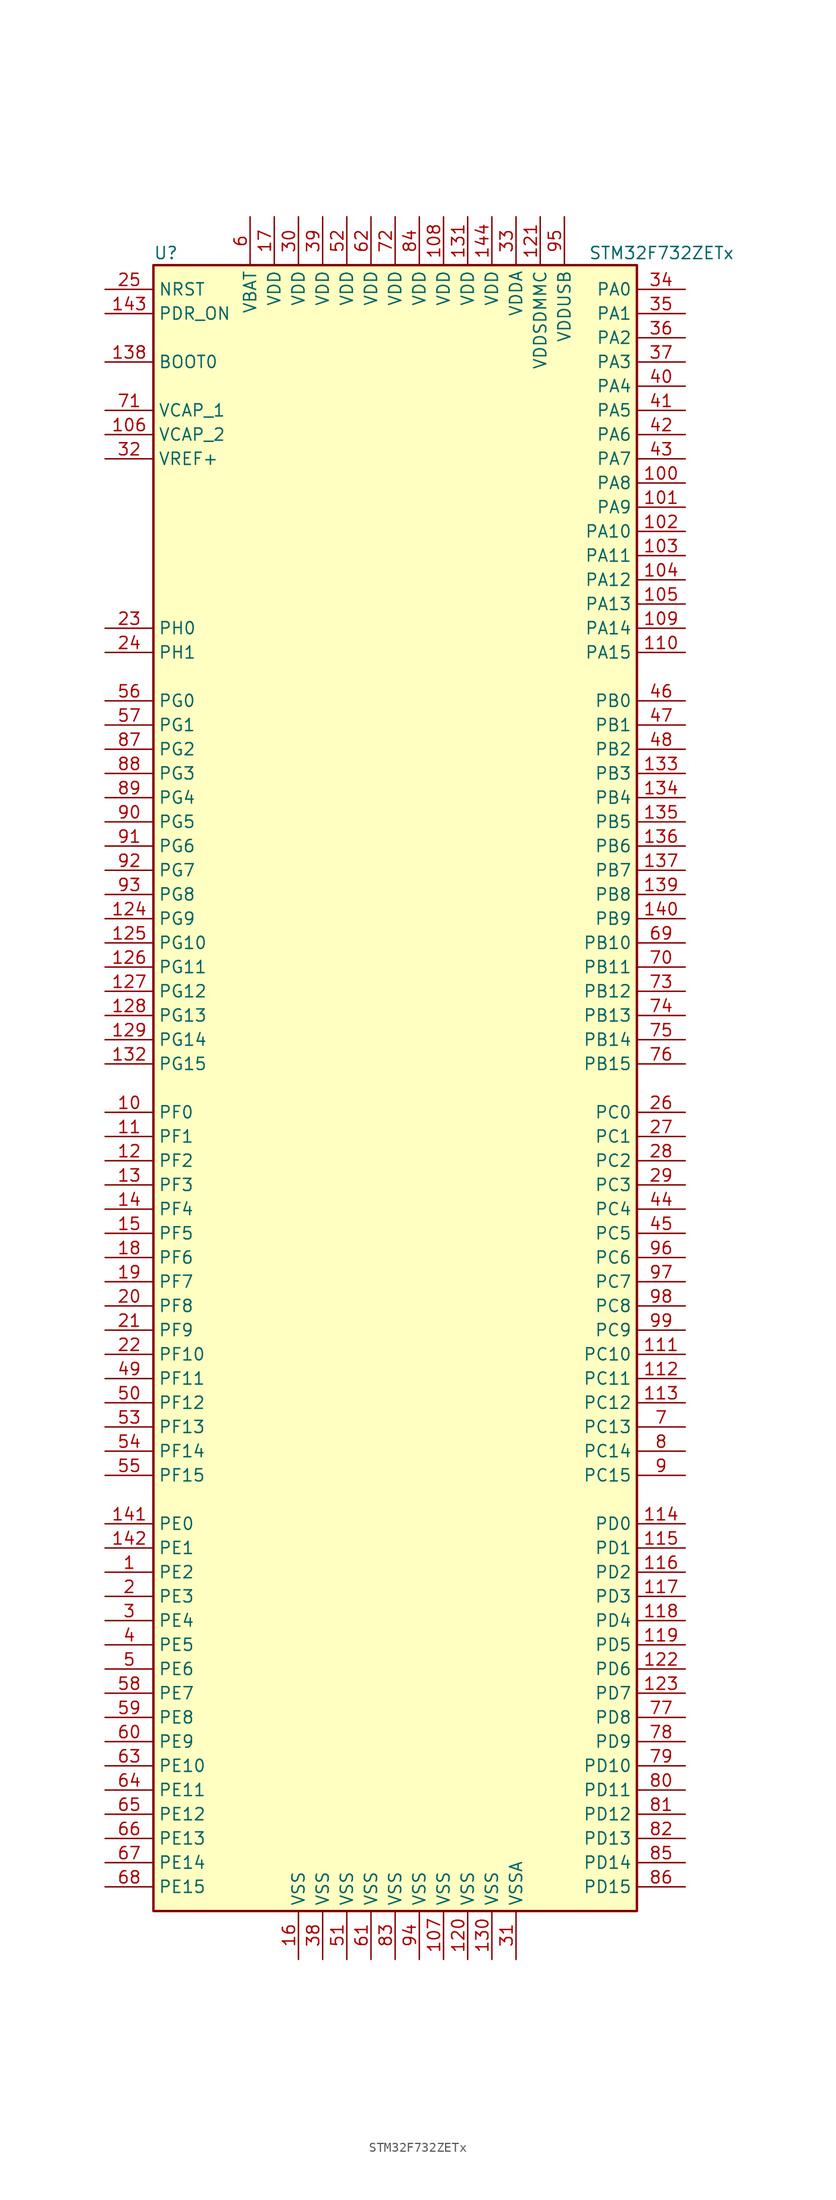
<source format=kicad_sym>
(kicad_symbol_lib
  (version 20201005)
  (generator kicad_symbol_editor)
  (symbol "STM32F732ZETx"
    (property "Reference" "U"
      (at -25.4 87.63 0)
      (effects (font (size 1.27 1.27)) (justify left)))
    (property "Value" "STM32F732ZETx"
      (at 20.32 87.63 0)
      (effects (font (size 1.27 1.27)) (justify left)))
    (symbol "STM32F732ZETx_0_1"
      (rectangle (start -25.4 -86.36) (end 25.4 86.36) (stroke (width 0.254)) (fill (type background))))
    (symbol "STM32F732ZETx_1_1"
      (pin input line (at -30.48 76.2 0) (length 5.08) (name "BOOT0" (effects (font (size 1.27 1.27)))) (number "138" (effects (font (size 1.27 1.27)))))
      (pin input line (at -30.48 83.82 0) (length 5.08) (name "NRST" (effects (font (size 1.27 1.27)))) (number "25" (effects (font (size 1.27 1.27)))))
      (pin bidirectional line (at 30.48 83.82 180) (length 5.08) (name "PA0" (effects (font (size 1.27 1.27)))) (number "34" (effects (font (size 1.27 1.27)))))
      (pin bidirectional line (at 30.48 81.28 180) (length 5.08) (name "PA1" (effects (font (size 1.27 1.27)))) (number "35" (effects (font (size 1.27 1.27)))))
      (pin bidirectional line (at 30.48 58.42 180) (length 5.08) (name "PA10" (effects (font (size 1.27 1.27)))) (number "102" (effects (font (size 1.27 1.27)))))
      (pin bidirectional line (at 30.48 55.88 180) (length 5.08) (name "PA11" (effects (font (size 1.27 1.27)))) (number "103" (effects (font (size 1.27 1.27)))))
      (pin bidirectional line (at 30.48 53.34 180) (length 5.08) (name "PA12" (effects (font (size 1.27 1.27)))) (number "104" (effects (font (size 1.27 1.27)))))
      (pin bidirectional line (at 30.48 50.8 180) (length 5.08) (name "PA13" (effects (font (size 1.27 1.27)))) (number "105" (effects (font (size 1.27 1.27)))))
      (pin bidirectional line (at 30.48 48.26 180) (length 5.08) (name "PA14" (effects (font (size 1.27 1.27)))) (number "109" (effects (font (size 1.27 1.27)))))
      (pin bidirectional line (at 30.48 45.72 180) (length 5.08) (name "PA15" (effects (font (size 1.27 1.27)))) (number "110" (effects (font (size 1.27 1.27)))))
      (pin bidirectional line (at 30.48 78.74 180) (length 5.08) (name "PA2" (effects (font (size 1.27 1.27)))) (number "36" (effects (font (size 1.27 1.27)))))
      (pin bidirectional line (at 30.48 76.2 180) (length 5.08) (name "PA3" (effects (font (size 1.27 1.27)))) (number "37" (effects (font (size 1.27 1.27)))))
      (pin bidirectional line (at 30.48 73.66 180) (length 5.08) (name "PA4" (effects (font (size 1.27 1.27)))) (number "40" (effects (font (size 1.27 1.27)))))
      (pin bidirectional line (at 30.48 71.12 180) (length 5.08) (name "PA5" (effects (font (size 1.27 1.27)))) (number "41" (effects (font (size 1.27 1.27)))))
      (pin bidirectional line (at 30.48 68.58 180) (length 5.08) (name "PA6" (effects (font (size 1.27 1.27)))) (number "42" (effects (font (size 1.27 1.27)))))
      (pin bidirectional line (at 30.48 66.04 180) (length 5.08) (name "PA7" (effects (font (size 1.27 1.27)))) (number "43" (effects (font (size 1.27 1.27)))))
      (pin bidirectional line (at 30.48 63.5 180) (length 5.08) (name "PA8" (effects (font (size 1.27 1.27)))) (number "100" (effects (font (size 1.27 1.27)))))
      (pin bidirectional line (at 30.48 60.96 180) (length 5.08) (name "PA9" (effects (font (size 1.27 1.27)))) (number "101" (effects (font (size 1.27 1.27)))))
      (pin bidirectional line (at 30.48 40.64 180) (length 5.08) (name "PB0" (effects (font (size 1.27 1.27)))) (number "46" (effects (font (size 1.27 1.27)))))
      (pin bidirectional line (at 30.48 38.1 180) (length 5.08) (name "PB1" (effects (font (size 1.27 1.27)))) (number "47" (effects (font (size 1.27 1.27)))))
      (pin bidirectional line (at 30.48 15.24 180) (length 5.08) (name "PB10" (effects (font (size 1.27 1.27)))) (number "69" (effects (font (size 1.27 1.27)))))
      (pin bidirectional line (at 30.48 12.7 180) (length 5.08) (name "PB11" (effects (font (size 1.27 1.27)))) (number "70" (effects (font (size 1.27 1.27)))))
      (pin bidirectional line (at 30.48 10.16 180) (length 5.08) (name "PB12" (effects (font (size 1.27 1.27)))) (number "73" (effects (font (size 1.27 1.27)))))
      (pin bidirectional line (at 30.48 7.62 180) (length 5.08) (name "PB13" (effects (font (size 1.27 1.27)))) (number "74" (effects (font (size 1.27 1.27)))))
      (pin bidirectional line (at 30.48 5.08 180) (length 5.08) (name "PB14" (effects (font (size 1.27 1.27)))) (number "75" (effects (font (size 1.27 1.27)))))
      (pin bidirectional line (at 30.48 2.54 180) (length 5.08) (name "PB15" (effects (font (size 1.27 1.27)))) (number "76" (effects (font (size 1.27 1.27)))))
      (pin bidirectional line (at 30.48 35.56 180) (length 5.08) (name "PB2" (effects (font (size 1.27 1.27)))) (number "48" (effects (font (size 1.27 1.27)))))
      (pin bidirectional line (at 30.48 33.02 180) (length 5.08) (name "PB3" (effects (font (size 1.27 1.27)))) (number "133" (effects (font (size 1.27 1.27)))))
      (pin bidirectional line (at 30.48 30.48 180) (length 5.08) (name "PB4" (effects (font (size 1.27 1.27)))) (number "134" (effects (font (size 1.27 1.27)))))
      (pin bidirectional line (at 30.48 27.94 180) (length 5.08) (name "PB5" (effects (font (size 1.27 1.27)))) (number "135" (effects (font (size 1.27 1.27)))))
      (pin bidirectional line (at 30.48 25.4 180) (length 5.08) (name "PB6" (effects (font (size 1.27 1.27)))) (number "136" (effects (font (size 1.27 1.27)))))
      (pin bidirectional line (at 30.48 22.86 180) (length 5.08) (name "PB7" (effects (font (size 1.27 1.27)))) (number "137" (effects (font (size 1.27 1.27)))))
      (pin bidirectional line (at 30.48 20.32 180) (length 5.08) (name "PB8" (effects (font (size 1.27 1.27)))) (number "139" (effects (font (size 1.27 1.27)))))
      (pin bidirectional line (at 30.48 17.78 180) (length 5.08) (name "PB9" (effects (font (size 1.27 1.27)))) (number "140" (effects (font (size 1.27 1.27)))))
      (pin bidirectional line (at 30.48 -2.54 180) (length 5.08) (name "PC0" (effects (font (size 1.27 1.27)))) (number "26" (effects (font (size 1.27 1.27)))))
      (pin bidirectional line (at 30.48 -5.08 180) (length 5.08) (name "PC1" (effects (font (size 1.27 1.27)))) (number "27" (effects (font (size 1.27 1.27)))))
      (pin bidirectional line (at 30.48 -27.94 180) (length 5.08) (name "PC10" (effects (font (size 1.27 1.27)))) (number "111" (effects (font (size 1.27 1.27)))))
      (pin bidirectional line (at 30.48 -30.48 180) (length 5.08) (name "PC11" (effects (font (size 1.27 1.27)))) (number "112" (effects (font (size 1.27 1.27)))))
      (pin bidirectional line (at 30.48 -33.02 180) (length 5.08) (name "PC12" (effects (font (size 1.27 1.27)))) (number "113" (effects (font (size 1.27 1.27)))))
      (pin bidirectional line (at 30.48 -35.56 180) (length 5.08) (name "PC13" (effects (font (size 1.27 1.27)))) (number "7" (effects (font (size 1.27 1.27)))))
      (pin bidirectional line (at 30.48 -38.1 180) (length 5.08) (name "PC14" (effects (font (size 1.27 1.27)))) (number "8" (effects (font (size 1.27 1.27)))))
      (pin bidirectional line (at 30.48 -40.64 180) (length 5.08) (name "PC15" (effects (font (size 1.27 1.27)))) (number "9" (effects (font (size 1.27 1.27)))))
      (pin bidirectional line (at 30.48 -7.62 180) (length 5.08) (name "PC2" (effects (font (size 1.27 1.27)))) (number "28" (effects (font (size 1.27 1.27)))))
      (pin bidirectional line (at 30.48 -10.16 180) (length 5.08) (name "PC3" (effects (font (size 1.27 1.27)))) (number "29" (effects (font (size 1.27 1.27)))))
      (pin bidirectional line (at 30.48 -12.7 180) (length 5.08) (name "PC4" (effects (font (size 1.27 1.27)))) (number "44" (effects (font (size 1.27 1.27)))))
      (pin bidirectional line (at 30.48 -15.24 180) (length 5.08) (name "PC5" (effects (font (size 1.27 1.27)))) (number "45" (effects (font (size 1.27 1.27)))))
      (pin bidirectional line (at 30.48 -17.78 180) (length 5.08) (name "PC6" (effects (font (size 1.27 1.27)))) (number "96" (effects (font (size 1.27 1.27)))))
      (pin bidirectional line (at 30.48 -20.32 180) (length 5.08) (name "PC7" (effects (font (size 1.27 1.27)))) (number "97" (effects (font (size 1.27 1.27)))))
      (pin bidirectional line (at 30.48 -22.86 180) (length 5.08) (name "PC8" (effects (font (size 1.27 1.27)))) (number "98" (effects (font (size 1.27 1.27)))))
      (pin bidirectional line (at 30.48 -25.4 180) (length 5.08) (name "PC9" (effects (font (size 1.27 1.27)))) (number "99" (effects (font (size 1.27 1.27)))))
      (pin bidirectional line (at 30.48 -45.72 180) (length 5.08) (name "PD0" (effects (font (size 1.27 1.27)))) (number "114" (effects (font (size 1.27 1.27)))))
      (pin bidirectional line (at 30.48 -48.26 180) (length 5.08) (name "PD1" (effects (font (size 1.27 1.27)))) (number "115" (effects (font (size 1.27 1.27)))))
      (pin bidirectional line (at 30.48 -71.12 180) (length 5.08) (name "PD10" (effects (font (size 1.27 1.27)))) (number "79" (effects (font (size 1.27 1.27)))))
      (pin bidirectional line (at 30.48 -73.66 180) (length 5.08) (name "PD11" (effects (font (size 1.27 1.27)))) (number "80" (effects (font (size 1.27 1.27)))))
      (pin bidirectional line (at 30.48 -76.2 180) (length 5.08) (name "PD12" (effects (font (size 1.27 1.27)))) (number "81" (effects (font (size 1.27 1.27)))))
      (pin bidirectional line (at 30.48 -78.74 180) (length 5.08) (name "PD13" (effects (font (size 1.27 1.27)))) (number "82" (effects (font (size 1.27 1.27)))))
      (pin bidirectional line (at 30.48 -81.28 180) (length 5.08) (name "PD14" (effects (font (size 1.27 1.27)))) (number "85" (effects (font (size 1.27 1.27)))))
      (pin bidirectional line (at 30.48 -83.82 180) (length 5.08) (name "PD15" (effects (font (size 1.27 1.27)))) (number "86" (effects (font (size 1.27 1.27)))))
      (pin bidirectional line (at 30.48 -50.8 180) (length 5.08) (name "PD2" (effects (font (size 1.27 1.27)))) (number "116" (effects (font (size 1.27 1.27)))))
      (pin bidirectional line (at 30.48 -53.34 180) (length 5.08) (name "PD3" (effects (font (size 1.27 1.27)))) (number "117" (effects (font (size 1.27 1.27)))))
      (pin bidirectional line (at 30.48 -55.88 180) (length 5.08) (name "PD4" (effects (font (size 1.27 1.27)))) (number "118" (effects (font (size 1.27 1.27)))))
      (pin bidirectional line (at 30.48 -58.42 180) (length 5.08) (name "PD5" (effects (font (size 1.27 1.27)))) (number "119" (effects (font (size 1.27 1.27)))))
      (pin bidirectional line (at 30.48 -60.96 180) (length 5.08) (name "PD6" (effects (font (size 1.27 1.27)))) (number "122" (effects (font (size 1.27 1.27)))))
      (pin bidirectional line (at 30.48 -63.5 180) (length 5.08) (name "PD7" (effects (font (size 1.27 1.27)))) (number "123" (effects (font (size 1.27 1.27)))))
      (pin bidirectional line (at 30.48 -66.04 180) (length 5.08) (name "PD8" (effects (font (size 1.27 1.27)))) (number "77" (effects (font (size 1.27 1.27)))))
      (pin bidirectional line (at 30.48 -68.58 180) (length 5.08) (name "PD9" (effects (font (size 1.27 1.27)))) (number "78" (effects (font (size 1.27 1.27)))))
      (pin input line (at -30.48 81.28 0) (length 5.08) (name "PDR_ON" (effects (font (size 1.27 1.27)))) (number "143" (effects (font (size 1.27 1.27)))))
      (pin bidirectional line (at -30.48 -45.72 0) (length 5.08) (name "PE0" (effects (font (size 1.27 1.27)))) (number "141" (effects (font (size 1.27 1.27)))))
      (pin bidirectional line (at -30.48 -48.26 0) (length 5.08) (name "PE1" (effects (font (size 1.27 1.27)))) (number "142" (effects (font (size 1.27 1.27)))))
      (pin bidirectional line (at -30.48 -71.12 0) (length 5.08) (name "PE10" (effects (font (size 1.27 1.27)))) (number "63" (effects (font (size 1.27 1.27)))))
      (pin bidirectional line (at -30.48 -73.66 0) (length 5.08) (name "PE11" (effects (font (size 1.27 1.27)))) (number "64" (effects (font (size 1.27 1.27)))))
      (pin bidirectional line (at -30.48 -76.2 0) (length 5.08) (name "PE12" (effects (font (size 1.27 1.27)))) (number "65" (effects (font (size 1.27 1.27)))))
      (pin bidirectional line (at -30.48 -78.74 0) (length 5.08) (name "PE13" (effects (font (size 1.27 1.27)))) (number "66" (effects (font (size 1.27 1.27)))))
      (pin bidirectional line (at -30.48 -81.28 0) (length 5.08) (name "PE14" (effects (font (size 1.27 1.27)))) (number "67" (effects (font (size 1.27 1.27)))))
      (pin bidirectional line (at -30.48 -83.82 0) (length 5.08) (name "PE15" (effects (font (size 1.27 1.27)))) (number "68" (effects (font (size 1.27 1.27)))))
      (pin bidirectional line (at -30.48 -50.8 0) (length 5.08) (name "PE2" (effects (font (size 1.27 1.27)))) (number "1" (effects (font (size 1.27 1.27)))))
      (pin bidirectional line (at -30.48 -53.34 0) (length 5.08) (name "PE3" (effects (font (size 1.27 1.27)))) (number "2" (effects (font (size 1.27 1.27)))))
      (pin bidirectional line (at -30.48 -55.88 0) (length 5.08) (name "PE4" (effects (font (size 1.27 1.27)))) (number "3" (effects (font (size 1.27 1.27)))))
      (pin bidirectional line (at -30.48 -58.42 0) (length 5.08) (name "PE5" (effects (font (size 1.27 1.27)))) (number "4" (effects (font (size 1.27 1.27)))))
      (pin bidirectional line (at -30.48 -60.96 0) (length 5.08) (name "PE6" (effects (font (size 1.27 1.27)))) (number "5" (effects (font (size 1.27 1.27)))))
      (pin bidirectional line (at -30.48 -63.5 0) (length 5.08) (name "PE7" (effects (font (size 1.27 1.27)))) (number "58" (effects (font (size 1.27 1.27)))))
      (pin bidirectional line (at -30.48 -66.04 0) (length 5.08) (name "PE8" (effects (font (size 1.27 1.27)))) (number "59" (effects (font (size 1.27 1.27)))))
      (pin bidirectional line (at -30.48 -68.58 0) (length 5.08) (name "PE9" (effects (font (size 1.27 1.27)))) (number "60" (effects (font (size 1.27 1.27)))))
      (pin bidirectional line (at -30.48 -2.54 0) (length 5.08) (name "PF0" (effects (font (size 1.27 1.27)))) (number "10" (effects (font (size 1.27 1.27)))))
      (pin bidirectional line (at -30.48 -5.08 0) (length 5.08) (name "PF1" (effects (font (size 1.27 1.27)))) (number "11" (effects (font (size 1.27 1.27)))))
      (pin bidirectional line (at -30.48 -27.94 0) (length 5.08) (name "PF10" (effects (font (size 1.27 1.27)))) (number "22" (effects (font (size 1.27 1.27)))))
      (pin bidirectional line (at -30.48 -30.48 0) (length 5.08) (name "PF11" (effects (font (size 1.27 1.27)))) (number "49" (effects (font (size 1.27 1.27)))))
      (pin bidirectional line (at -30.48 -33.02 0) (length 5.08) (name "PF12" (effects (font (size 1.27 1.27)))) (number "50" (effects (font (size 1.27 1.27)))))
      (pin bidirectional line (at -30.48 -35.56 0) (length 5.08) (name "PF13" (effects (font (size 1.27 1.27)))) (number "53" (effects (font (size 1.27 1.27)))))
      (pin bidirectional line (at -30.48 -38.1 0) (length 5.08) (name "PF14" (effects (font (size 1.27 1.27)))) (number "54" (effects (font (size 1.27 1.27)))))
      (pin bidirectional line (at -30.48 -40.64 0) (length 5.08) (name "PF15" (effects (font (size 1.27 1.27)))) (number "55" (effects (font (size 1.27 1.27)))))
      (pin bidirectional line (at -30.48 -7.62 0) (length 5.08) (name "PF2" (effects (font (size 1.27 1.27)))) (number "12" (effects (font (size 1.27 1.27)))))
      (pin bidirectional line (at -30.48 -10.16 0) (length 5.08) (name "PF3" (effects (font (size 1.27 1.27)))) (number "13" (effects (font (size 1.27 1.27)))))
      (pin bidirectional line (at -30.48 -12.7 0) (length 5.08) (name "PF4" (effects (font (size 1.27 1.27)))) (number "14" (effects (font (size 1.27 1.27)))))
      (pin bidirectional line (at -30.48 -15.24 0) (length 5.08) (name "PF5" (effects (font (size 1.27 1.27)))) (number "15" (effects (font (size 1.27 1.27)))))
      (pin bidirectional line (at -30.48 -17.78 0) (length 5.08) (name "PF6" (effects (font (size 1.27 1.27)))) (number "18" (effects (font (size 1.27 1.27)))))
      (pin bidirectional line (at -30.48 -20.32 0) (length 5.08) (name "PF7" (effects (font (size 1.27 1.27)))) (number "19" (effects (font (size 1.27 1.27)))))
      (pin bidirectional line (at -30.48 -22.86 0) (length 5.08) (name "PF8" (effects (font (size 1.27 1.27)))) (number "20" (effects (font (size 1.27 1.27)))))
      (pin bidirectional line (at -30.48 -25.4 0) (length 5.08) (name "PF9" (effects (font (size 1.27 1.27)))) (number "21" (effects (font (size 1.27 1.27)))))
      (pin bidirectional line (at -30.48 40.64 0) (length 5.08) (name "PG0" (effects (font (size 1.27 1.27)))) (number "56" (effects (font (size 1.27 1.27)))))
      (pin bidirectional line (at -30.48 38.1 0) (length 5.08) (name "PG1" (effects (font (size 1.27 1.27)))) (number "57" (effects (font (size 1.27 1.27)))))
      (pin bidirectional line (at -30.48 15.24 0) (length 5.08) (name "PG10" (effects (font (size 1.27 1.27)))) (number "125" (effects (font (size 1.27 1.27)))))
      (pin bidirectional line (at -30.48 12.7 0) (length 5.08) (name "PG11" (effects (font (size 1.27 1.27)))) (number "126" (effects (font (size 1.27 1.27)))))
      (pin bidirectional line (at -30.48 10.16 0) (length 5.08) (name "PG12" (effects (font (size 1.27 1.27)))) (number "127" (effects (font (size 1.27 1.27)))))
      (pin bidirectional line (at -30.48 7.62 0) (length 5.08) (name "PG13" (effects (font (size 1.27 1.27)))) (number "128" (effects (font (size 1.27 1.27)))))
      (pin bidirectional line (at -30.48 5.08 0) (length 5.08) (name "PG14" (effects (font (size 1.27 1.27)))) (number "129" (effects (font (size 1.27 1.27)))))
      (pin bidirectional line (at -30.48 2.54 0) (length 5.08) (name "PG15" (effects (font (size 1.27 1.27)))) (number "132" (effects (font (size 1.27 1.27)))))
      (pin bidirectional line (at -30.48 35.56 0) (length 5.08) (name "PG2" (effects (font (size 1.27 1.27)))) (number "87" (effects (font (size 1.27 1.27)))))
      (pin bidirectional line (at -30.48 33.02 0) (length 5.08) (name "PG3" (effects (font (size 1.27 1.27)))) (number "88" (effects (font (size 1.27 1.27)))))
      (pin bidirectional line (at -30.48 30.48 0) (length 5.08) (name "PG4" (effects (font (size 1.27 1.27)))) (number "89" (effects (font (size 1.27 1.27)))))
      (pin bidirectional line (at -30.48 27.94 0) (length 5.08) (name "PG5" (effects (font (size 1.27 1.27)))) (number "90" (effects (font (size 1.27 1.27)))))
      (pin bidirectional line (at -30.48 25.4 0) (length 5.08) (name "PG6" (effects (font (size 1.27 1.27)))) (number "91" (effects (font (size 1.27 1.27)))))
      (pin bidirectional line (at -30.48 22.86 0) (length 5.08) (name "PG7" (effects (font (size 1.27 1.27)))) (number "92" (effects (font (size 1.27 1.27)))))
      (pin bidirectional line (at -30.48 20.32 0) (length 5.08) (name "PG8" (effects (font (size 1.27 1.27)))) (number "93" (effects (font (size 1.27 1.27)))))
      (pin bidirectional line (at -30.48 17.78 0) (length 5.08) (name "PG9" (effects (font (size 1.27 1.27)))) (number "124" (effects (font (size 1.27 1.27)))))
      (pin input line (at -30.48 48.26 0) (length 5.08) (name "PH0" (effects (font (size 1.27 1.27)))) (number "23" (effects (font (size 1.27 1.27)))))
      (pin input line (at -30.48 45.72 0) (length 5.08) (name "PH1" (effects (font (size 1.27 1.27)))) (number "24" (effects (font (size 1.27 1.27)))))
      (pin power_in line (at -15.24 91.44 270) (length 5.08) (name "VBAT" (effects (font (size 1.27 1.27)))) (number "6" (effects (font (size 1.27 1.27)))))
      (pin power_in line (at -30.48 71.12 0) (length 5.08) (name "VCAP_1" (effects (font (size 1.27 1.27)))) (number "71" (effects (font (size 1.27 1.27)))))
      (pin power_in line (at -30.48 68.58 0) (length 5.08) (name "VCAP_2" (effects (font (size 1.27 1.27)))) (number "106" (effects (font (size 1.27 1.27)))))
      (pin power_in line (at 5.08 91.44 270) (length 5.08) (name "VDD" (effects (font (size 1.27 1.27)))) (number "108" (effects (font (size 1.27 1.27)))))
      (pin power_in line (at 7.62 91.44 270) (length 5.08) (name "VDD" (effects (font (size 1.27 1.27)))) (number "131" (effects (font (size 1.27 1.27)))))
      (pin power_in line (at 10.16 91.44 270) (length 5.08) (name "VDD" (effects (font (size 1.27 1.27)))) (number "144" (effects (font (size 1.27 1.27)))))
      (pin power_in line (at -12.7 91.44 270) (length 5.08) (name "VDD" (effects (font (size 1.27 1.27)))) (number "17" (effects (font (size 1.27 1.27)))))
      (pin power_in line (at -10.16 91.44 270) (length 5.08) (name "VDD" (effects (font (size 1.27 1.27)))) (number "30" (effects (font (size 1.27 1.27)))))
      (pin power_in line (at -7.62 91.44 270) (length 5.08) (name "VDD" (effects (font (size 1.27 1.27)))) (number "39" (effects (font (size 1.27 1.27)))))
      (pin power_in line (at -5.08 91.44 270) (length 5.08) (name "VDD" (effects (font (size 1.27 1.27)))) (number "52" (effects (font (size 1.27 1.27)))))
      (pin power_in line (at -2.54 91.44 270) (length 5.08) (name "VDD" (effects (font (size 1.27 1.27)))) (number "62" (effects (font (size 1.27 1.27)))))
      (pin power_in line (at 0 91.44 270) (length 5.08) (name "VDD" (effects (font (size 1.27 1.27)))) (number "72" (effects (font (size 1.27 1.27)))))
      (pin power_in line (at 2.54 91.44 270) (length 5.08) (name "VDD" (effects (font (size 1.27 1.27)))) (number "84" (effects (font (size 1.27 1.27)))))
      (pin power_in line (at 12.7 91.44 270) (length 5.08) (name "VDDA" (effects (font (size 1.27 1.27)))) (number "33" (effects (font (size 1.27 1.27)))))
      (pin power_in line (at 15.24 91.44 270) (length 5.08) (name "VDDSDMMC" (effects (font (size 1.27 1.27)))) (number "121" (effects (font (size 1.27 1.27)))))
      (pin power_in line (at 17.78 91.44 270) (length 5.08) (name "VDDUSB" (effects (font (size 1.27 1.27)))) (number "95" (effects (font (size 1.27 1.27)))))
      (pin power_in line (at -30.48 66.04 0) (length 5.08) (name "VREF+" (effects (font (size 1.27 1.27)))) (number "32" (effects (font (size 1.27 1.27)))))
      (pin power_in line (at 5.08 -91.44 90) (length 5.08) (name "VSS" (effects (font (size 1.27 1.27)))) (number "107" (effects (font (size 1.27 1.27)))))
      (pin power_in line (at 7.62 -91.44 90) (length 5.08) (name "VSS" (effects (font (size 1.27 1.27)))) (number "120" (effects (font (size 1.27 1.27)))))
      (pin power_in line (at 10.16 -91.44 90) (length 5.08) (name "VSS" (effects (font (size 1.27 1.27)))) (number "130" (effects (font (size 1.27 1.27)))))
      (pin power_in line (at -10.16 -91.44 90) (length 5.08) (name "VSS" (effects (font (size 1.27 1.27)))) (number "16" (effects (font (size 1.27 1.27)))))
      (pin power_in line (at -7.62 -91.44 90) (length 5.08) (name "VSS" (effects (font (size 1.27 1.27)))) (number "38" (effects (font (size 1.27 1.27)))))
      (pin power_in line (at -5.08 -91.44 90) (length 5.08) (name "VSS" (effects (font (size 1.27 1.27)))) (number "51" (effects (font (size 1.27 1.27)))))
      (pin power_in line (at -2.54 -91.44 90) (length 5.08) (name "VSS" (effects (font (size 1.27 1.27)))) (number "61" (effects (font (size 1.27 1.27)))))
      (pin power_in line (at 0 -91.44 90) (length 5.08) (name "VSS" (effects (font (size 1.27 1.27)))) (number "83" (effects (font (size 1.27 1.27)))))
      (pin power_in line (at 2.54 -91.44 90) (length 5.08) (name "VSS" (effects (font (size 1.27 1.27)))) (number "94" (effects (font (size 1.27 1.27)))))
      (pin power_in line (at 12.7 -91.44 90) (length 5.08) (name "VSSA" (effects (font (size 1.27 1.27)))) (number "31" (effects (font (size 1.27 1.27))))))))
</source>
